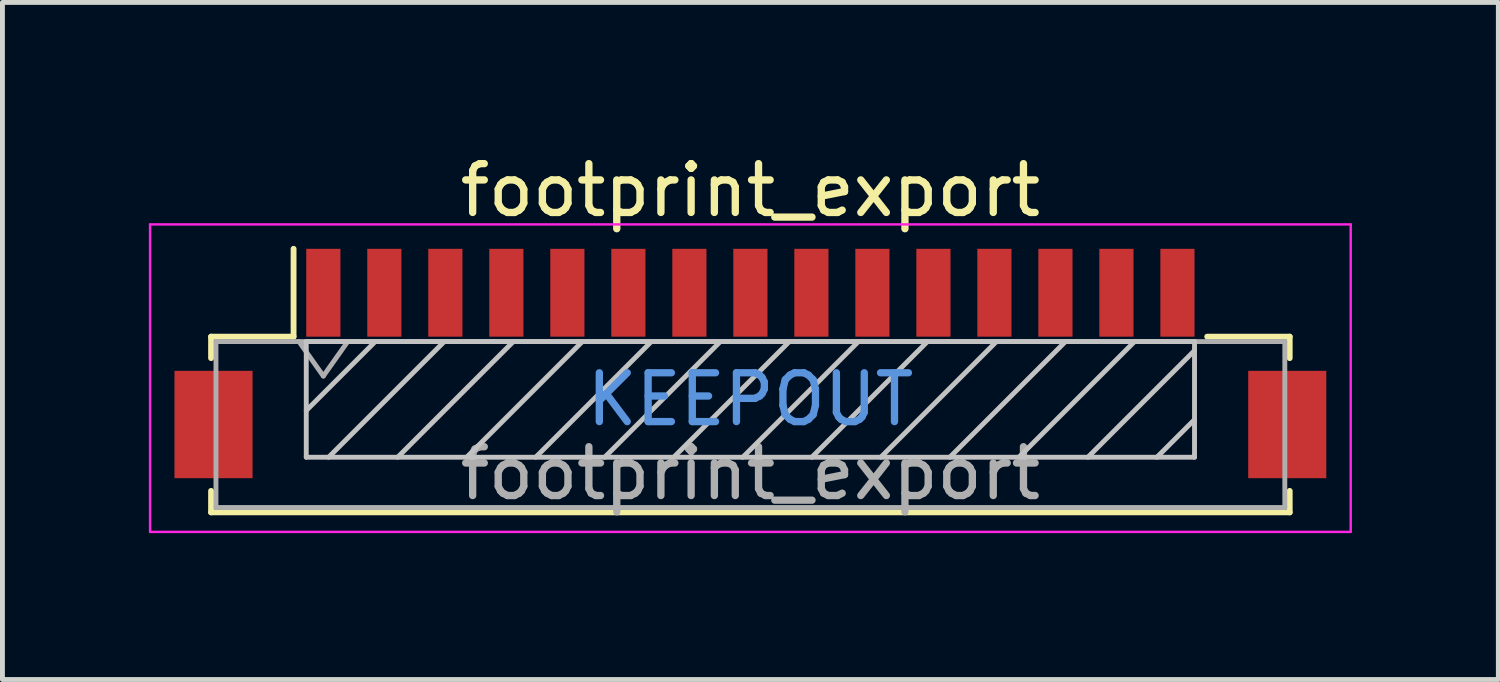
<source format=kicad_pcb>
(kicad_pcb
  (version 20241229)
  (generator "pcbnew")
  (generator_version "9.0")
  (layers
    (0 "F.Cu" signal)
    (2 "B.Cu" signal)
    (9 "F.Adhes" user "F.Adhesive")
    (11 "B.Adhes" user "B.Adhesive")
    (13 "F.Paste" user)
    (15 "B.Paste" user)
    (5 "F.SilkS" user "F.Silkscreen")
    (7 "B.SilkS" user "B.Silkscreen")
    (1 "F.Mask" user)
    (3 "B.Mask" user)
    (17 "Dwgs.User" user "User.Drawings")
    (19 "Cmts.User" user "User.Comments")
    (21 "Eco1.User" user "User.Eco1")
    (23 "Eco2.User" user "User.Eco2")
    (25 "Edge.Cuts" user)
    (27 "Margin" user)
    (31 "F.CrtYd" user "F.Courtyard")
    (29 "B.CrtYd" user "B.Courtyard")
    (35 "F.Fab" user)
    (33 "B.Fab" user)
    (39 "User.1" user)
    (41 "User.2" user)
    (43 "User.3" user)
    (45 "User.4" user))
  (footprint "footprint_export"
    (layer "F.Cu")
    (at 12.325 4.398)
    (property "Reference" "footprint_export" (at 0 -3.55 0) (layer "F.SilkS") (effects (font (size 1 1) (thickness 0.15))))
    (attr smd)
    (fp_line (start -11.05 -0.55) (end -11.05 -0.11) (stroke (width 0.12) (type solid)) (layer "F.SilkS"))
    (fp_line (start -11.05 2.61) (end -11.05 3.05) (stroke (width 0.12) (type solid)) (layer "F.SilkS"))
    (fp_line (start -11.05 3.05) (end 11.05 3.05) (stroke (width 0.12) (type solid)) (layer "F.SilkS"))
    (fp_line (start -9.36 -0.55) (end -11.05 -0.55) (stroke (width 0.12) (type solid)) (layer "F.SilkS"))
    (fp_line (start -9.36 -0.55) (end -9.36 -2.35) (stroke (width 0.12) (type solid)) (layer "F.SilkS"))
    (fp_line (start 9.36 -0.55) (end 11.05 -0.55) (stroke (width 0.12) (type solid)) (layer "F.SilkS"))
    (fp_line (start 11.05 -0.55) (end 11.05 -0.11) (stroke (width 0.12) (type solid)) (layer "F.SilkS"))
    (fp_line (start 11.05 3.05) (end 11.05 2.61) (stroke (width 0.12) (type solid)) (layer "F.SilkS"))
    (fp_line (start -9.1 -0.45) (end -9.1 1.92) (stroke (width 0.1) (type solid)) (layer "Dwgs.User"))
    (fp_line (start -9.1 1.92) (end 9.1 1.92) (stroke (width 0.1) (type solid)) (layer "Dwgs.User"))
    (fp_line (start -7.686 -0.45) (end -9.1 0.964) (stroke (width 0.1) (type solid)) (layer "Dwgs.User"))
    (fp_line (start -6.272 -0.45) (end -8.642 1.92) (stroke (width 0.1) (type solid)) (layer "Dwgs.User"))
    (fp_line (start -4.857 -0.45) (end -7.227 1.92) (stroke (width 0.1) (type solid)) (layer "Dwgs.User"))
    (fp_line (start -3.443 -0.45) (end -5.813 1.92) (stroke (width 0.1) (type solid)) (layer "Dwgs.User"))
    (fp_line (start -2.029 -0.45) (end -4.399 1.92) (stroke (width 0.1) (type solid)) (layer "Dwgs.User"))
    (fp_line (start -0.615 -0.45) (end -2.985 1.92) (stroke (width 0.1) (type solid)) (layer "Dwgs.User"))
    (fp_line (start 0.799 -0.45) (end -1.571 1.92) (stroke (width 0.1) (type solid)) (layer "Dwgs.User"))
    (fp_line (start 2.214 -0.45) (end -0.156 1.92) (stroke (width 0.1) (type solid)) (layer "Dwgs.User"))
    (fp_line (start 3.628 -0.45) (end 1.258 1.92) (stroke (width 0.1) (type solid)) (layer "Dwgs.User"))
    (fp_line (start 5.042 -0.45) (end 2.672 1.92) (stroke (width 0.1) (type solid)) (layer "Dwgs.User"))
    (fp_line (start 6.456 -0.45) (end 4.086 1.92) (stroke (width 0.1) (type solid)) (layer "Dwgs.User"))
    (fp_line (start 7.871 -0.45) (end 5.501 1.92) (stroke (width 0.1) (type solid)) (layer "Dwgs.User"))
    (fp_line (start 9.1 -0.45) (end -9.1 -0.45) (stroke (width 0.1) (type solid)) (layer "Dwgs.User"))
    (fp_line (start 9.1 -0.265) (end 6.915 1.92) (stroke (width 0.1) (type solid)) (layer "Dwgs.User"))
    (fp_line (start 9.1 1.149) (end 8.329 1.92) (stroke (width 0.1) (type solid)) (layer "Dwgs.User"))
    (fp_line (start 9.1 1.92) (end 9.1 -0.45) (stroke (width 0.1) (type solid)) (layer "Dwgs.User"))
    (fp_line (start -12.3 -2.85) (end -12.3 3.45) (stroke (width 0.05) (type solid)) (layer "F.CrtYd"))
    (fp_line (start -12.3 3.45) (end 12.3 3.45) (stroke (width 0.05) (type solid)) (layer "F.CrtYd"))
    (fp_line (start 12.3 -2.85) (end -12.3 -2.85) (stroke (width 0.05) (type solid)) (layer "F.CrtYd"))
    (fp_line (start 12.3 3.45) (end 12.3 -2.85) (stroke (width 0.05) (type solid)) (layer "F.CrtYd"))
    (fp_line (start -10.95 -0.45) (end -10.95 2.95) (stroke (width 0.1) (type solid)) (layer "F.Fab"))
    (fp_line (start -10.95 2.95) (end 10.95 2.95) (stroke (width 0.1) (type solid)) (layer "F.Fab"))
    (fp_line (start -9.25 -0.45) (end -8.75 0.257) (stroke (width 0.1) (type solid)) (layer "F.Fab"))
    (fp_line (start -8.75 0.257) (end -8.25 -0.45) (stroke (width 0.1) (type solid)) (layer "F.Fab"))
    (fp_line (start 10.95 -0.45) (end -10.95 -0.45) (stroke (width 0.1) (type solid)) (layer "F.Fab"))
    (fp_line (start 10.95 2.95) (end 10.95 -0.45) (stroke (width 0.1) (type solid)) (layer "F.Fab"))
    (fp_text user "KEEPOUT" (at 0 0.735 0) (layer "Cmts.User") (effects (font (size 1 1) (thickness 0.15))))
    (fp_text user "${REFERENCE}" (at 0 2.25 0) (layer "F.Fab") (effects (font (size 1 1) (thickness 0.15))))
    (pad "1" smd rect (at -8.75 -1.45) (size 0.7 1.8) (layers "F.Cu" "F.Mask" "F.Paste"))
    (pad "2" smd rect (at -7.5 -1.45) (size 0.7 1.8) (layers "F.Cu" "F.Mask" "F.Paste"))
    (pad "3" smd rect (at -6.25 -1.45) (size 0.7 1.8) (layers "F.Cu" "F.Mask" "F.Paste"))
    (pad "4" smd rect (at -5 -1.45) (size 0.7 1.8) (layers "F.Cu" "F.Mask" "F.Paste"))
    (pad "5" smd rect (at -3.75 -1.45) (size 0.7 1.8) (layers "F.Cu" "F.Mask" "F.Paste"))
    (pad "6" smd rect (at -2.5 -1.45) (size 0.7 1.8) (layers "F.Cu" "F.Mask" "F.Paste"))
    (pad "7" smd rect (at -1.25 -1.45) (size 0.7 1.8) (layers "F.Cu" "F.Mask" "F.Paste"))
    (pad "8" smd rect (at 0 -1.45) (size 0.7 1.8) (layers "F.Cu" "F.Mask" "F.Paste"))
    (pad "9" smd rect (at 1.25 -1.45) (size 0.7 1.8) (layers "F.Cu" "F.Mask" "F.Paste"))
    (pad "10" smd rect (at 2.5 -1.45) (size 0.7 1.8) (layers "F.Cu" "F.Mask" "F.Paste"))
    (pad "11" smd rect (at 3.75 -1.45) (size 0.7 1.8) (layers "F.Cu" "F.Mask" "F.Paste"))
    (pad "12" smd rect (at 5 -1.45) (size 0.7 1.8) (layers "F.Cu" "F.Mask" "F.Paste"))
    (pad "13" smd rect (at 6.25 -1.45) (size 0.7 1.8) (layers "F.Cu" "F.Mask" "F.Paste"))
    (pad "14" smd rect (at 7.5 -1.45) (size 0.7 1.8) (layers "F.Cu" "F.Mask" "F.Paste"))
    (pad "15" smd rect (at 8.75 -1.45) (size 0.7 1.8) (layers "F.Cu" "F.Mask" "F.Paste"))
    (pad "MP" smd rect (at -11 1.25) (size 1.6 2.2) (layers "F.Cu" "F.Mask" "F.Paste"))
    (pad "MP" smd rect (at 11 1.25) (size 1.6 2.2) (layers "F.Cu" "F.Mask" "F.Paste")))
  (gr_rect
    (start -3 -3)
    (end 27.65 10.873)
    (stroke (width 0.1) (type default))
    (fill no)
    (layer "Edge.Cuts")))
</source>
